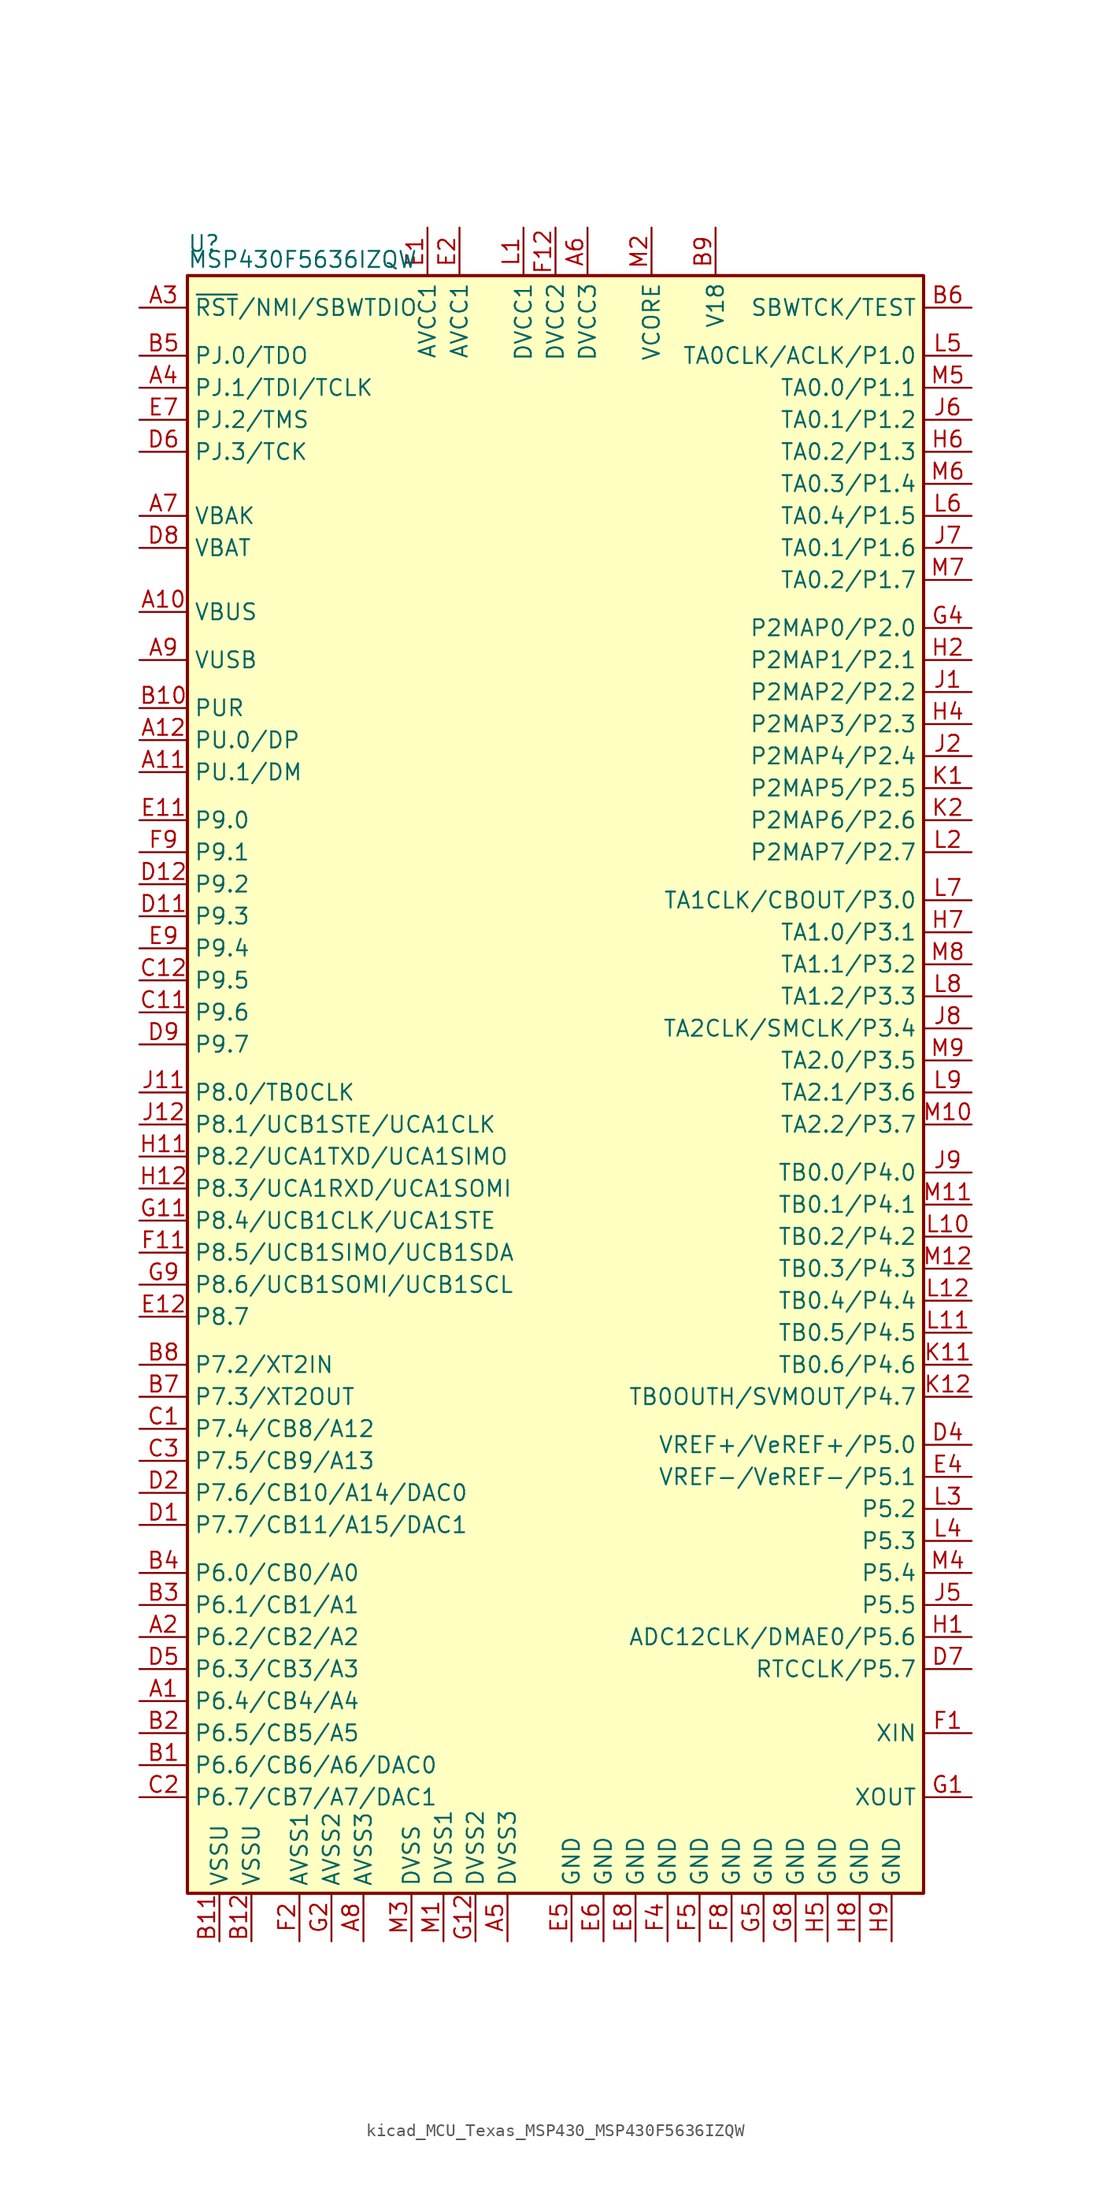
<source format=kicad_sym>
(kicad_symbol_lib
  (version 20220914)
  (generator kicad_symbol_editor)
  (symbol "kicad_MCU_Texas_MSP430_MSP430F5636IZQW"
    (property "Reference" "U"
      (at -29.21 66.04 0)
      (effects (font (size 1.27 1.27)) (justify left)))
    (property "Value" "MSP430F5636IZQW"
      (at -29.21 64.77 0)
      (effects (font (size 1.27 1.27)) (justify left)))
    (symbol "kicad_MCU_Texas_MSP430_MSP430F5636IZQW_0_1"
      (rectangle (start -29.21 63.5) (end 29.21 -64.77) (stroke (width 0.254) (type default)) (fill (type background))))
    (symbol "kicad_MCU_Texas_MSP430_MSP430F5636IZQW_1_1"
      (pin bidirectional line (at -33.02 -49.53 0) (length 3.81) (name "P6.4/CB4/A4" (effects (font (size 1.27 1.27)))) (number "A1" (effects (font (size 1.27 1.27)))))
      (pin bidirectional line (at -33.02 36.83 0) (length 3.81) (name "VBUS" (effects (font (size 1.27 1.27)))) (number "A10" (effects (font (size 1.27 1.27)))))
      (pin bidirectional line (at -33.02 24.13 0) (length 3.81) (name "PU.1/DM" (effects (font (size 1.27 1.27)))) (number "A11" (effects (font (size 1.27 1.27)))))
      (pin bidirectional line (at -33.02 26.67 0) (length 3.81) (name "PU.0/DP" (effects (font (size 1.27 1.27)))) (number "A12" (effects (font (size 1.27 1.27)))))
      (pin bidirectional line (at -33.02 -44.45 0) (length 3.81) (name "P6.2/CB2/A2" (effects (font (size 1.27 1.27)))) (number "A2" (effects (font (size 1.27 1.27)))))
      (pin input line (at -33.02 60.96 0) (length 3.81) (name "~{RST}/NMI/SBWTDIO" (effects (font (size 1.27 1.27)))) (number "A3" (effects (font (size 1.27 1.27)))))
      (pin bidirectional line (at -33.02 54.61 0) (length 3.81) (name "PJ.1/TDI/TCLK" (effects (font (size 1.27 1.27)))) (number "A4" (effects (font (size 1.27 1.27)))))
      (pin power_in line (at -3.81 -68.58 90) (length 3.81) (name "DVSS3" (effects (font (size 1.27 1.27)))) (number "A5" (effects (font (size 1.27 1.27)))))
      (pin power_in line (at 2.54 67.31 270) (length 3.81) (name "DVCC3" (effects (font (size 1.27 1.27)))) (number "A6" (effects (font (size 1.27 1.27)))))
      (pin bidirectional line (at -33.02 44.45 0) (length 3.81) (name "VBAK" (effects (font (size 1.27 1.27)))) (number "A7" (effects (font (size 1.27 1.27)))))
      (pin power_in line (at -15.24 -68.58 90) (length 3.81) (name "AVSS3" (effects (font (size 1.27 1.27)))) (number "A8" (effects (font (size 1.27 1.27)))))
      (pin bidirectional line (at -33.02 33.02 0) (length 3.81) (name "VUSB" (effects (font (size 1.27 1.27)))) (number "A9" (effects (font (size 1.27 1.27)))))
      (pin bidirectional line (at -33.02 -54.61 0) (length 3.81) (name "P6.6/CB6/A6/DAC0" (effects (font (size 1.27 1.27)))) (number "B1" (effects (font (size 1.27 1.27)))))
      (pin bidirectional line (at -33.02 29.21 0) (length 3.81) (name "PUR" (effects (font (size 1.27 1.27)))) (number "B10" (effects (font (size 1.27 1.27)))))
      (pin power_in line (at -26.67 -68.58 90) (length 3.81) (name "VSSU" (effects (font (size 1.27 1.27)))) (number "B11" (effects (font (size 1.27 1.27)))))
      (pin power_in line (at -24.13 -68.58 90) (length 3.81) (name "VSSU" (effects (font (size 1.27 1.27)))) (number "B12" (effects (font (size 1.27 1.27)))))
      (pin bidirectional line (at -33.02 -52.07 0) (length 3.81) (name "P6.5/CB5/A5" (effects (font (size 1.27 1.27)))) (number "B2" (effects (font (size 1.27 1.27)))))
      (pin bidirectional line (at -33.02 -41.91 0) (length 3.81) (name "P6.1/CB1/A1" (effects (font (size 1.27 1.27)))) (number "B3" (effects (font (size 1.27 1.27)))))
      (pin bidirectional line (at -33.02 -39.37 0) (length 3.81) (name "P6.0/CB0/A0" (effects (font (size 1.27 1.27)))) (number "B4" (effects (font (size 1.27 1.27)))))
      (pin bidirectional line (at -33.02 57.15 0) (length 3.81) (name "PJ.0/TDO" (effects (font (size 1.27 1.27)))) (number "B5" (effects (font (size 1.27 1.27)))))
      (pin input line (at 33.02 60.96 180) (length 3.81) (name "SBWTCK/TEST" (effects (font (size 1.27 1.27)))) (number "B6" (effects (font (size 1.27 1.27)))))
      (pin bidirectional line (at -33.02 -25.4 0) (length 3.81) (name "P7.3/XT2OUT" (effects (font (size 1.27 1.27)))) (number "B7" (effects (font (size 1.27 1.27)))))
      (pin bidirectional line (at -33.02 -22.86 0) (length 3.81) (name "P7.2/XT2IN" (effects (font (size 1.27 1.27)))) (number "B8" (effects (font (size 1.27 1.27)))))
      (pin passive line (at 12.7 67.31 270) (length 3.81) (name "V18" (effects (font (size 1.27 1.27)))) (number "B9" (effects (font (size 1.27 1.27)))))
      (pin bidirectional line (at -33.02 -27.94 0) (length 3.81) (name "P7.4/CB8/A12" (effects (font (size 1.27 1.27)))) (number "C1" (effects (font (size 1.27 1.27)))))
      (pin bidirectional line (at -33.02 5.08 0) (length 3.81) (name "P9.6" (effects (font (size 1.27 1.27)))) (number "C11" (effects (font (size 1.27 1.27)))))
      (pin bidirectional line (at -33.02 7.62 0) (length 3.81) (name "P9.5" (effects (font (size 1.27 1.27)))) (number "C12" (effects (font (size 1.27 1.27)))))
      (pin bidirectional line (at -33.02 -57.15 0) (length 3.81) (name "P6.7/CB7/A7/DAC1" (effects (font (size 1.27 1.27)))) (number "C2" (effects (font (size 1.27 1.27)))))
      (pin bidirectional line (at -33.02 -30.48 0) (length 3.81) (name "P7.5/CB9/A13" (effects (font (size 1.27 1.27)))) (number "C3" (effects (font (size 1.27 1.27)))))
      (pin bidirectional line (at -33.02 -35.56 0) (length 3.81) (name "P7.7/CB11/A15/DAC1" (effects (font (size 1.27 1.27)))) (number "D1" (effects (font (size 1.27 1.27)))))
      (pin bidirectional line (at -33.02 12.7 0) (length 3.81) (name "P9.3" (effects (font (size 1.27 1.27)))) (number "D11" (effects (font (size 1.27 1.27)))))
      (pin bidirectional line (at -33.02 15.24 0) (length 3.81) (name "P9.2" (effects (font (size 1.27 1.27)))) (number "D12" (effects (font (size 1.27 1.27)))))
      (pin bidirectional line (at -33.02 -33.02 0) (length 3.81) (name "P7.6/CB10/A14/DAC0" (effects (font (size 1.27 1.27)))) (number "D2" (effects (font (size 1.27 1.27)))))
      (pin bidirectional line (at 33.02 -29.21 180) (length 3.81) (name "VREF+/VeREF+/P5.0" (effects (font (size 1.27 1.27)))) (number "D4" (effects (font (size 1.27 1.27)))))
      (pin bidirectional line (at -33.02 -46.99 0) (length 3.81) (name "P6.3/CB3/A3" (effects (font (size 1.27 1.27)))) (number "D5" (effects (font (size 1.27 1.27)))))
      (pin bidirectional line (at -33.02 49.53 0) (length 3.81) (name "PJ.3/TCK" (effects (font (size 1.27 1.27)))) (number "D6" (effects (font (size 1.27 1.27)))))
      (pin bidirectional line (at 33.02 -46.99 180) (length 3.81) (name "RTCCLK/P5.7" (effects (font (size 1.27 1.27)))) (number "D7" (effects (font (size 1.27 1.27)))))
      (pin bidirectional line (at -33.02 41.91 0) (length 3.81) (name "VBAT" (effects (font (size 1.27 1.27)))) (number "D8" (effects (font (size 1.27 1.27)))))
      (pin bidirectional line (at -33.02 2.54 0) (length 3.81) (name "P9.7" (effects (font (size 1.27 1.27)))) (number "D9" (effects (font (size 1.27 1.27)))))
      (pin power_in line (at -10.16 67.31 270) (length 3.81) (name "AVCC1" (effects (font (size 1.27 1.27)))) (number "E1" (effects (font (size 1.27 1.27)))))
      (pin bidirectional line (at -33.02 20.32 0) (length 3.81) (name "P9.0" (effects (font (size 1.27 1.27)))) (number "E11" (effects (font (size 1.27 1.27)))))
      (pin bidirectional line (at -33.02 -19.05 0) (length 3.81) (name "P8.7" (effects (font (size 1.27 1.27)))) (number "E12" (effects (font (size 1.27 1.27)))))
      (pin power_in line (at -7.62 67.31 270) (length 3.81) (name "AVCC1" (effects (font (size 1.27 1.27)))) (number "E2" (effects (font (size 1.27 1.27)))))
      (pin bidirectional line (at 33.02 -31.75 180) (length 3.81) (name "VREF-/VeREF-/P5.1" (effects (font (size 1.27 1.27)))) (number "E4" (effects (font (size 1.27 1.27)))))
      (pin power_in line (at 1.27 -68.58 90) (length 3.81) (name "GND" (effects (font (size 1.27 1.27)))) (number "E5" (effects (font (size 1.27 1.27)))))
      (pin power_in line (at 3.81 -68.58 90) (length 3.81) (name "GND" (effects (font (size 1.27 1.27)))) (number "E6" (effects (font (size 1.27 1.27)))))
      (pin bidirectional line (at -33.02 52.07 0) (length 3.81) (name "PJ.2/TMS" (effects (font (size 1.27 1.27)))) (number "E7" (effects (font (size 1.27 1.27)))))
      (pin power_in line (at 6.35 -68.58 90) (length 3.81) (name "GND" (effects (font (size 1.27 1.27)))) (number "E8" (effects (font (size 1.27 1.27)))))
      (pin bidirectional line (at -33.02 10.16 0) (length 3.81) (name "P9.4" (effects (font (size 1.27 1.27)))) (number "E9" (effects (font (size 1.27 1.27)))))
      (pin bidirectional line (at 33.02 -52.07 180) (length 3.81) (name "XIN" (effects (font (size 1.27 1.27)))) (number "F1" (effects (font (size 1.27 1.27)))))
      (pin bidirectional line (at -33.02 -13.97 0) (length 3.81) (name "P8.5/UCB1SIMO/UCB1SDA" (effects (font (size 1.27 1.27)))) (number "F11" (effects (font (size 1.27 1.27)))))
      (pin power_in line (at 0 67.31 270) (length 3.81) (name "DVCC2" (effects (font (size 1.27 1.27)))) (number "F12" (effects (font (size 1.27 1.27)))))
      (pin power_in line (at -20.32 -68.58 90) (length 3.81) (name "AVSS1" (effects (font (size 1.27 1.27)))) (number "F2" (effects (font (size 1.27 1.27)))))
      (pin power_in line (at 8.89 -68.58 90) (length 3.81) (name "GND" (effects (font (size 1.27 1.27)))) (number "F4" (effects (font (size 1.27 1.27)))))
      (pin power_in line (at 11.43 -68.58 90) (length 3.81) (name "GND" (effects (font (size 1.27 1.27)))) (number "F5" (effects (font (size 1.27 1.27)))))
      (pin power_in line (at 13.97 -68.58 90) (length 3.81) (name "GND" (effects (font (size 1.27 1.27)))) (number "F8" (effects (font (size 1.27 1.27)))))
      (pin bidirectional line (at -33.02 17.78 0) (length 3.81) (name "P9.1" (effects (font (size 1.27 1.27)))) (number "F9" (effects (font (size 1.27 1.27)))))
      (pin bidirectional line (at 33.02 -57.15 180) (length 3.81) (name "XOUT" (effects (font (size 1.27 1.27)))) (number "G1" (effects (font (size 1.27 1.27)))))
      (pin bidirectional line (at -33.02 -11.43 0) (length 3.81) (name "P8.4/UCB1CLK/UCA1STE" (effects (font (size 1.27 1.27)))) (number "G11" (effects (font (size 1.27 1.27)))))
      (pin power_in line (at -6.35 -68.58 90) (length 3.81) (name "DVSS2" (effects (font (size 1.27 1.27)))) (number "G12" (effects (font (size 1.27 1.27)))))
      (pin power_in line (at -17.78 -68.58 90) (length 3.81) (name "AVSS2" (effects (font (size 1.27 1.27)))) (number "G2" (effects (font (size 1.27 1.27)))))
      (pin bidirectional line (at 33.02 35.56 180) (length 3.81) (name "P2MAP0/P2.0" (effects (font (size 1.27 1.27)))) (number "G4" (effects (font (size 1.27 1.27)))))
      (pin power_in line (at 16.51 -68.58 90) (length 3.81) (name "GND" (effects (font (size 1.27 1.27)))) (number "G5" (effects (font (size 1.27 1.27)))))
      (pin power_in line (at 19.05 -68.58 90) (length 3.81) (name "GND" (effects (font (size 1.27 1.27)))) (number "G8" (effects (font (size 1.27 1.27)))))
      (pin bidirectional line (at -33.02 -16.51 0) (length 3.81) (name "P8.6/UCB1SOMI/UCB1SCL" (effects (font (size 1.27 1.27)))) (number "G9" (effects (font (size 1.27 1.27)))))
      (pin bidirectional line (at 33.02 -44.45 180) (length 3.81) (name "ADC12CLK/DMAE0/P5.6" (effects (font (size 1.27 1.27)))) (number "H1" (effects (font (size 1.27 1.27)))))
      (pin bidirectional line (at -33.02 -6.35 0) (length 3.81) (name "P8.2/UCA1TXD/UCA1SIMO" (effects (font (size 1.27 1.27)))) (number "H11" (effects (font (size 1.27 1.27)))))
      (pin bidirectional line (at -33.02 -8.89 0) (length 3.81) (name "P8.3/UCA1RXD/UCA1SOMI" (effects (font (size 1.27 1.27)))) (number "H12" (effects (font (size 1.27 1.27)))))
      (pin bidirectional line (at 33.02 33.02 180) (length 3.81) (name "P2MAP1/P2.1" (effects (font (size 1.27 1.27)))) (number "H2" (effects (font (size 1.27 1.27)))))
      (pin bidirectional line (at 33.02 27.94 180) (length 3.81) (name "P2MAP3/P2.3" (effects (font (size 1.27 1.27)))) (number "H4" (effects (font (size 1.27 1.27)))))
      (pin power_in line (at 21.59 -68.58 90) (length 3.81) (name "GND" (effects (font (size 1.27 1.27)))) (number "H5" (effects (font (size 1.27 1.27)))))
      (pin bidirectional line (at 33.02 49.53 180) (length 3.81) (name "TA0.2/P1.3" (effects (font (size 1.27 1.27)))) (number "H6" (effects (font (size 1.27 1.27)))))
      (pin bidirectional line (at 33.02 11.43 180) (length 3.81) (name "TA1.0/P3.1" (effects (font (size 1.27 1.27)))) (number "H7" (effects (font (size 1.27 1.27)))))
      (pin power_in line (at 24.13 -68.58 90) (length 3.81) (name "GND" (effects (font (size 1.27 1.27)))) (number "H8" (effects (font (size 1.27 1.27)))))
      (pin power_in line (at 26.67 -68.58 90) (length 3.81) (name "GND" (effects (font (size 1.27 1.27)))) (number "H9" (effects (font (size 1.27 1.27)))))
      (pin bidirectional line (at 33.02 30.48 180) (length 3.81) (name "P2MAP2/P2.2" (effects (font (size 1.27 1.27)))) (number "J1" (effects (font (size 1.27 1.27)))))
      (pin bidirectional line (at -33.02 -1.27 0) (length 3.81) (name "P8.0/TB0CLK" (effects (font (size 1.27 1.27)))) (number "J11" (effects (font (size 1.27 1.27)))))
      (pin bidirectional line (at -33.02 -3.81 0) (length 3.81) (name "P8.1/UCB1STE/UCA1CLK" (effects (font (size 1.27 1.27)))) (number "J12" (effects (font (size 1.27 1.27)))))
      (pin bidirectional line (at 33.02 25.4 180) (length 3.81) (name "P2MAP4/P2.4" (effects (font (size 1.27 1.27)))) (number "J2" (effects (font (size 1.27 1.27)))))
      (pin bidirectional line (at 33.02 -41.91 180) (length 3.81) (name "P5.5" (effects (font (size 1.27 1.27)))) (number "J5" (effects (font (size 1.27 1.27)))))
      (pin bidirectional line (at 33.02 52.07 180) (length 3.81) (name "TA0.1/P1.2" (effects (font (size 1.27 1.27)))) (number "J6" (effects (font (size 1.27 1.27)))))
      (pin bidirectional line (at 33.02 41.91 180) (length 3.81) (name "TA0.1/P1.6" (effects (font (size 1.27 1.27)))) (number "J7" (effects (font (size 1.27 1.27)))))
      (pin bidirectional line (at 33.02 3.81 180) (length 3.81) (name "TA2CLK/SMCLK/P3.4" (effects (font (size 1.27 1.27)))) (number "J8" (effects (font (size 1.27 1.27)))))
      (pin bidirectional line (at 33.02 -7.62 180) (length 3.81) (name "TB0.0/P4.0" (effects (font (size 1.27 1.27)))) (number "J9" (effects (font (size 1.27 1.27)))))
      (pin bidirectional line (at 33.02 22.86 180) (length 3.81) (name "P2MAP5/P2.5" (effects (font (size 1.27 1.27)))) (number "K1" (effects (font (size 1.27 1.27)))))
      (pin bidirectional line (at 33.02 -22.86 180) (length 3.81) (name "TB0.6/P4.6" (effects (font (size 1.27 1.27)))) (number "K11" (effects (font (size 1.27 1.27)))))
      (pin bidirectional line (at 33.02 -25.4 180) (length 3.81) (name "TB0OUTH/SVMOUT/P4.7" (effects (font (size 1.27 1.27)))) (number "K12" (effects (font (size 1.27 1.27)))))
      (pin bidirectional line (at 33.02 20.32 180) (length 3.81) (name "P2MAP6/P2.6" (effects (font (size 1.27 1.27)))) (number "K2" (effects (font (size 1.27 1.27)))))
      (pin power_in line (at -2.54 67.31 270) (length 3.81) (name "DVCC1" (effects (font (size 1.27 1.27)))) (number "L1" (effects (font (size 1.27 1.27)))))
      (pin bidirectional line (at 33.02 -12.7 180) (length 3.81) (name "TB0.2/P4.2" (effects (font (size 1.27 1.27)))) (number "L10" (effects (font (size 1.27 1.27)))))
      (pin bidirectional line (at 33.02 -20.32 180) (length 3.81) (name "TB0.5/P4.5" (effects (font (size 1.27 1.27)))) (number "L11" (effects (font (size 1.27 1.27)))))
      (pin bidirectional line (at 33.02 -17.78 180) (length 3.81) (name "TB0.4/P4.4" (effects (font (size 1.27 1.27)))) (number "L12" (effects (font (size 1.27 1.27)))))
      (pin bidirectional line (at 33.02 17.78 180) (length 3.81) (name "P2MAP7/P2.7" (effects (font (size 1.27 1.27)))) (number "L2" (effects (font (size 1.27 1.27)))))
      (pin bidirectional line (at 33.02 -34.29 180) (length 3.81) (name "P5.2" (effects (font (size 1.27 1.27)))) (number "L3" (effects (font (size 1.27 1.27)))))
      (pin bidirectional line (at 33.02 -36.83 180) (length 3.81) (name "P5.3" (effects (font (size 1.27 1.27)))) (number "L4" (effects (font (size 1.27 1.27)))))
      (pin bidirectional line (at 33.02 57.15 180) (length 3.81) (name "TA0CLK/ACLK/P1.0" (effects (font (size 1.27 1.27)))) (number "L5" (effects (font (size 1.27 1.27)))))
      (pin bidirectional line (at 33.02 44.45 180) (length 3.81) (name "TA0.4/P1.5" (effects (font (size 1.27 1.27)))) (number "L6" (effects (font (size 1.27 1.27)))))
      (pin bidirectional line (at 33.02 13.97 180) (length 3.81) (name "TA1CLK/CBOUT/P3.0" (effects (font (size 1.27 1.27)))) (number "L7" (effects (font (size 1.27 1.27)))))
      (pin bidirectional line (at 33.02 6.35 180) (length 3.81) (name "TA1.2/P3.3" (effects (font (size 1.27 1.27)))) (number "L8" (effects (font (size 1.27 1.27)))))
      (pin bidirectional line (at 33.02 -1.27 180) (length 3.81) (name "TA2.1/P3.6" (effects (font (size 1.27 1.27)))) (number "L9" (effects (font (size 1.27 1.27)))))
      (pin power_in line (at -8.89 -68.58 90) (length 3.81) (name "DVSS1" (effects (font (size 1.27 1.27)))) (number "M1" (effects (font (size 1.27 1.27)))))
      (pin bidirectional line (at 33.02 -3.81 180) (length 3.81) (name "TA2.2/P3.7" (effects (font (size 1.27 1.27)))) (number "M10" (effects (font (size 1.27 1.27)))))
      (pin bidirectional line (at 33.02 -10.16 180) (length 3.81) (name "TB0.1/P4.1" (effects (font (size 1.27 1.27)))) (number "M11" (effects (font (size 1.27 1.27)))))
      (pin bidirectional line (at 33.02 -15.24 180) (length 3.81) (name "TB0.3/P4.3" (effects (font (size 1.27 1.27)))) (number "M12" (effects (font (size 1.27 1.27)))))
      (pin bidirectional line (at 7.62 67.31 270) (length 3.81) (name "VCORE" (effects (font (size 1.27 1.27)))) (number "M2" (effects (font (size 1.27 1.27)))))
      (pin power_in line (at -11.43 -68.58 90) (length 3.81) (name "DVSS" (effects (font (size 1.27 1.27)))) (number "M3" (effects (font (size 1.27 1.27)))))
      (pin bidirectional line (at 33.02 -39.37 180) (length 3.81) (name "P5.4" (effects (font (size 1.27 1.27)))) (number "M4" (effects (font (size 1.27 1.27)))))
      (pin bidirectional line (at 33.02 54.61 180) (length 3.81) (name "TA0.0/P1.1" (effects (font (size 1.27 1.27)))) (number "M5" (effects (font (size 1.27 1.27)))))
      (pin bidirectional line (at 33.02 46.99 180) (length 3.81) (name "TA0.3/P1.4" (effects (font (size 1.27 1.27)))) (number "M6" (effects (font (size 1.27 1.27)))))
      (pin bidirectional line (at 33.02 39.37 180) (length 3.81) (name "TA0.2/P1.7" (effects (font (size 1.27 1.27)))) (number "M7" (effects (font (size 1.27 1.27)))))
      (pin bidirectional line (at 33.02 8.89 180) (length 3.81) (name "TA1.1/P3.2" (effects (font (size 1.27 1.27)))) (number "M8" (effects (font (size 1.27 1.27)))))
      (pin bidirectional line (at 33.02 1.27 180) (length 3.81) (name "TA2.0/P3.5" (effects (font (size 1.27 1.27)))) (number "M9" (effects (font (size 1.27 1.27))))))))
</source>
